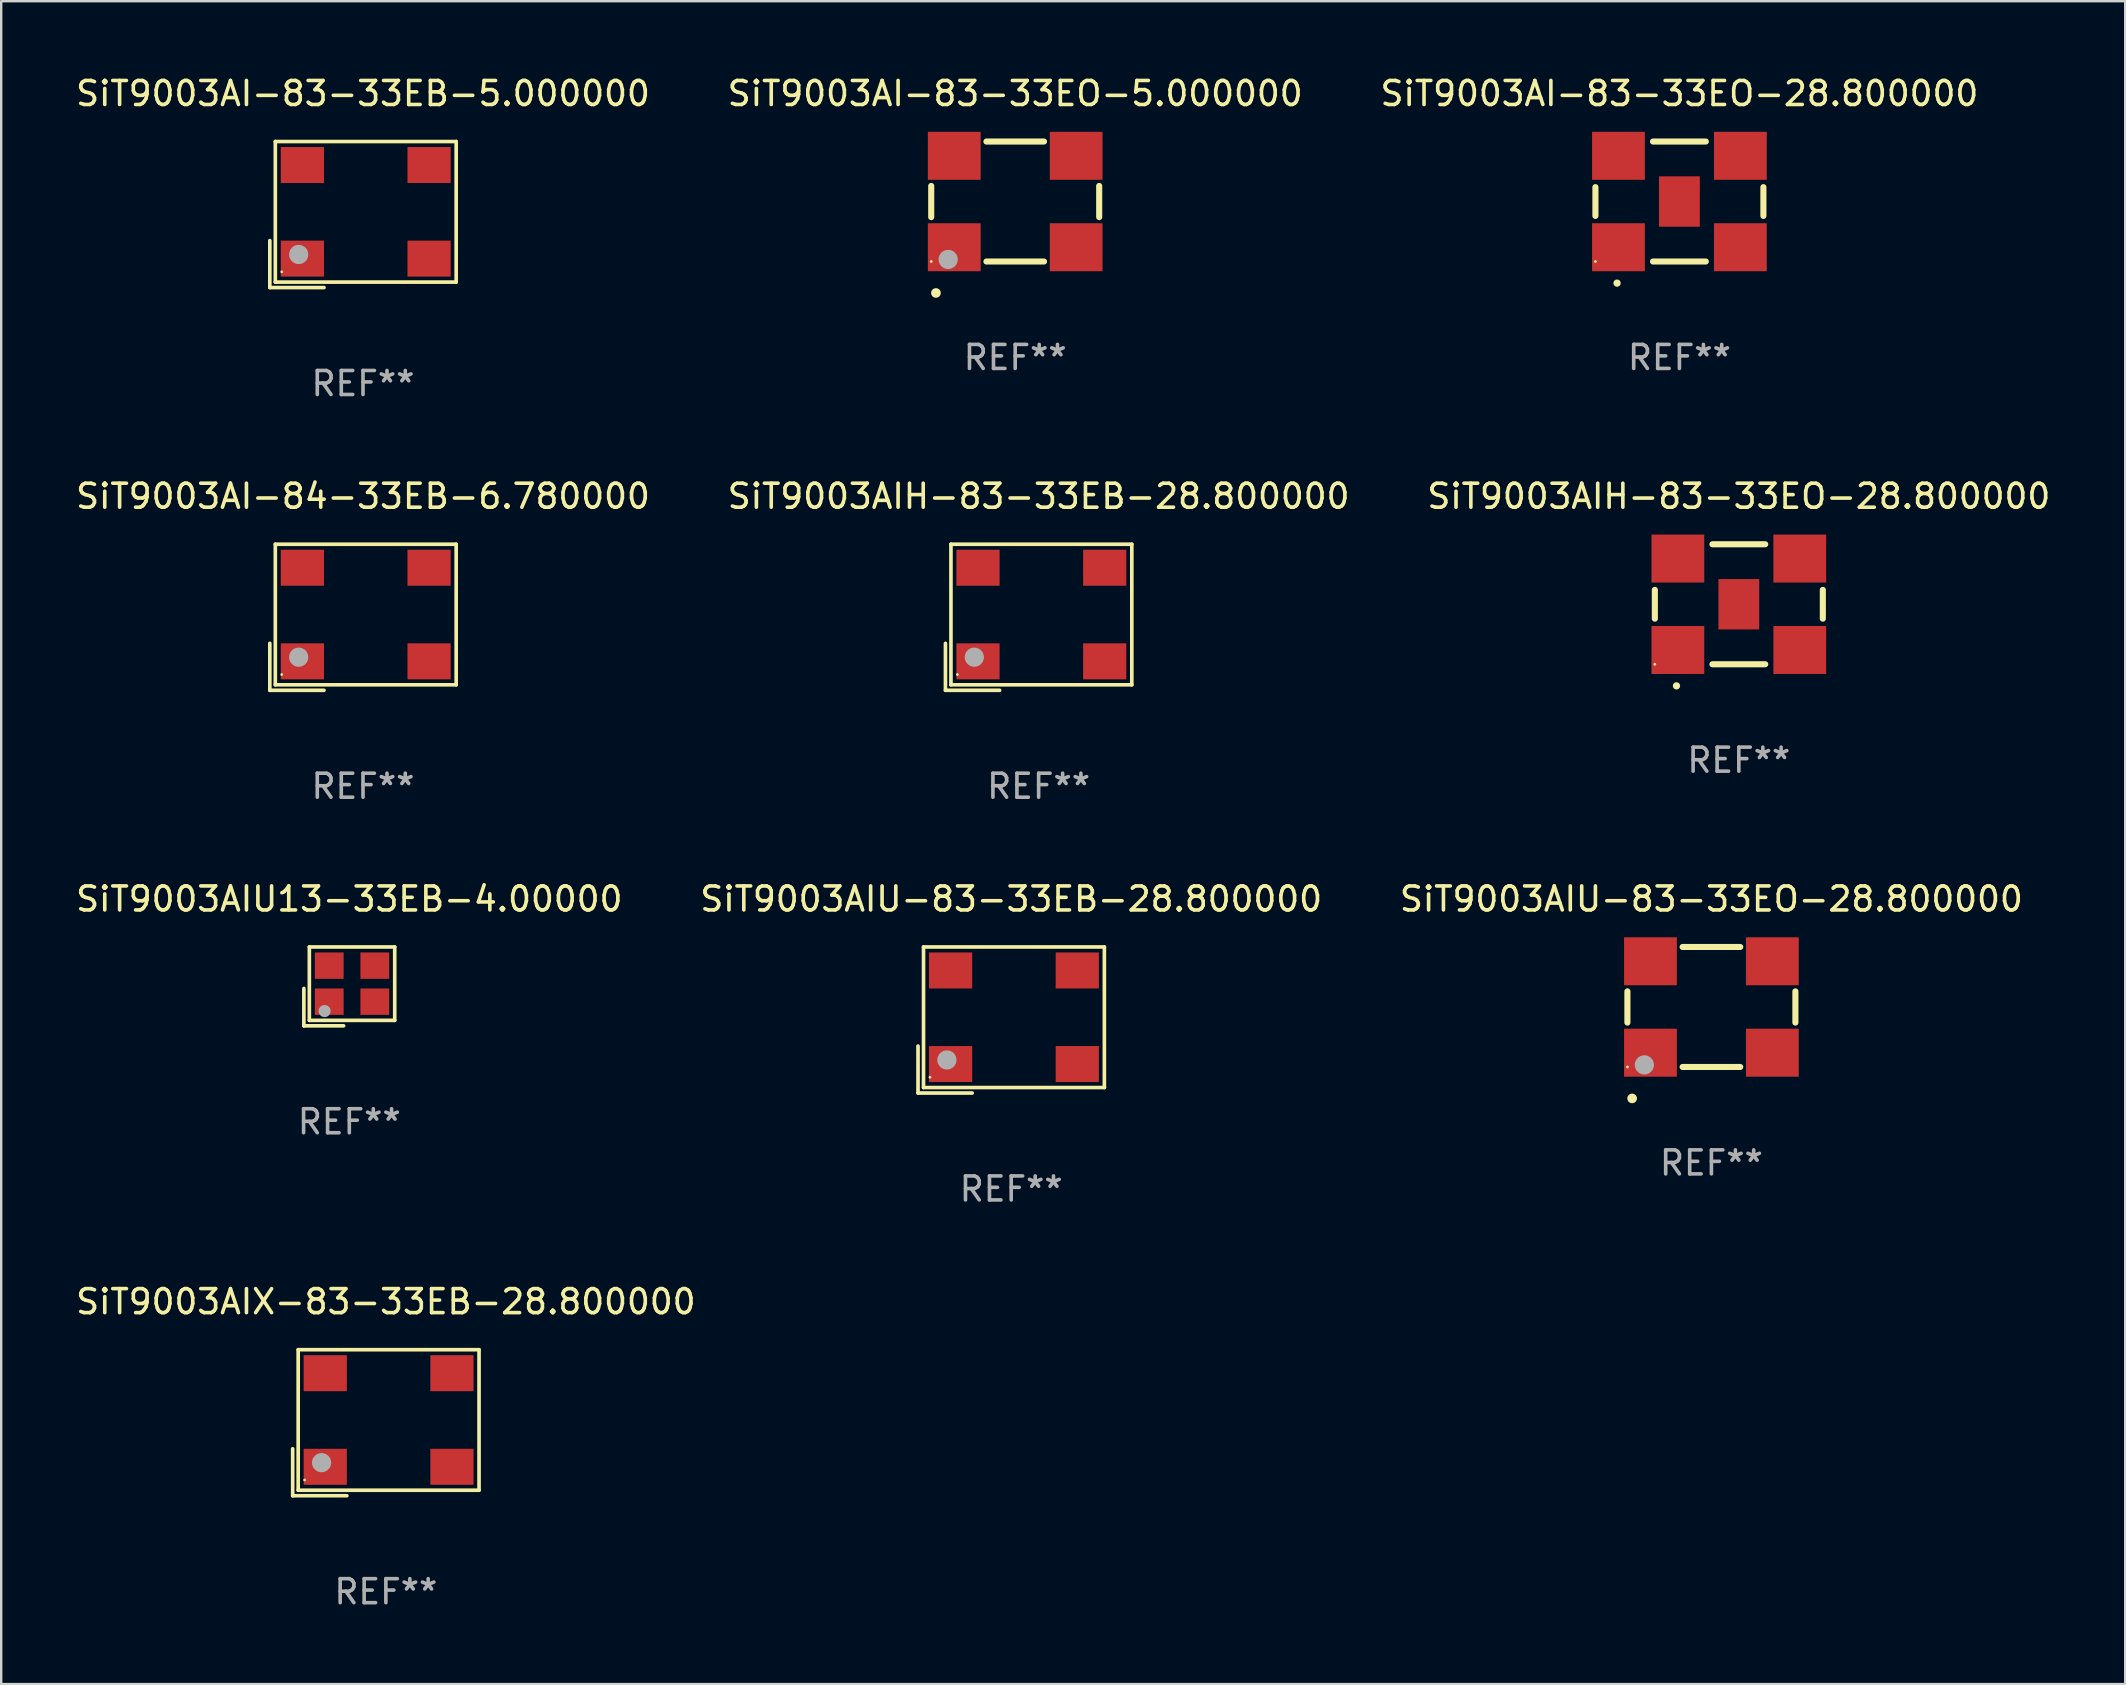
<source format=kicad_pcb>
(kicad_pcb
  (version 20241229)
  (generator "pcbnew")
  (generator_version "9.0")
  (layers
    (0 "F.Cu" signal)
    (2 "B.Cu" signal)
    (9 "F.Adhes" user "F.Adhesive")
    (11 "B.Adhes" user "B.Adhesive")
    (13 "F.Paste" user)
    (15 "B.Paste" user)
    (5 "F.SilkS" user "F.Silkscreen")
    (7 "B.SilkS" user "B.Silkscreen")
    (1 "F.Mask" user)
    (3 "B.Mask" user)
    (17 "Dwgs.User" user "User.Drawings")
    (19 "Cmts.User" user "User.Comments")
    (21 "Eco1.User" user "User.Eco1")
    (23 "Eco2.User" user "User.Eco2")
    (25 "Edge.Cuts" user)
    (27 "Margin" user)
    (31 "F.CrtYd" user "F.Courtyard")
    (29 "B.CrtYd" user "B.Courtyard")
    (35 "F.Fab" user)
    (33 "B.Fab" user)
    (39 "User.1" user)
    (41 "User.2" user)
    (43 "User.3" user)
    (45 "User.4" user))
  (footprint "SiT9003AIU13-33EB-4.00000"
    (layer "F.Cu")
    (at 11.506 38.056)
    (property "Reference" "SiT9003AIU13-33EB-4.00000" (at 0 -3.643 0) (layer "F.SilkS") (effects (font (size 1 1) (thickness 0.15))))
    (attr through_hole)
    (fp_line (start -1.893 0.086) (end -1.893 1.643) (stroke (width 0.152) (type solid)) (layer "F.SilkS"))
    (fp_line (start -1.893 1.643) (end -0.237 1.643) (stroke (width 0.152) (type solid)) (layer "F.SilkS"))
    (fp_line (start -1.665 -1.643) (end 1.893 -1.643) (stroke (width 0.152) (type solid)) (layer "F.SilkS"))
    (fp_line (start -1.665 1.414) (end -1.665 -1.643) (stroke (width 0.152) (type solid)) (layer "F.SilkS"))
    (fp_line (start 1.893 -1.643) (end 1.893 1.414) (stroke (width 0.152) (type solid)) (layer "F.SilkS"))
    (fp_line (start 1.893 1.414) (end -1.665 1.414) (stroke (width 0.152) (type solid)) (layer "F.SilkS"))
    (fp_circle (center -1.136 0.885) (end -1.106 0.885) (stroke (width 0.06) (type solid)) (fill no) (layer "F.SilkS"))
    (fp_circle (center -1.029 1.028) (end -0.902 1.028) (stroke (width 0.254) (type solid)) (fill no) (layer "F.Fab"))
    (fp_text user "REF**" (at 0 5.643 0) (layer "F.Fab") (effects (font (size 1 1) (thickness 0.15))))
    (pad "1" smd rect (at -0.836 0.636) (size 1.2 1.1) (layers "F.Cu" "F.Mask" "F.Paste"))
    (pad "2" smd rect (at 1.064 0.636) (size 1.2 1.1) (layers "F.Cu" "F.Mask" "F.Paste"))
    (pad "3" smd rect (at 1.064 -0.865) (size 1.2 1.1) (layers "F.Cu" "F.Mask" "F.Paste"))
    (pad "4" smd rect (at -0.836 -0.865) (size 1.2 1.1) (layers "F.Cu" "F.Mask" "F.Paste")))
  (footprint "SiT9003AI-83-33EO-5.000000"
    (layer "F.Cu")
    (at 39.256 5.348)
    (property "Reference" "SiT9003AI-83-33EO-5.000000" (at 0 -4.5 0) (layer "F.SilkS") (effects (font (size 1 1) (thickness 0.15))))
    (attr through_hole)
    (fp_line (start -3.5 0.65) (end -3.5 -0.65) (stroke (width 0.254) (type solid)) (layer "F.SilkS"))
    (fp_line (start 1.2 -2.5) (end -1.2 -2.5) (stroke (width 0.254) (type solid)) (layer "F.SilkS"))
    (fp_line (start 1.2 2.5) (end -1.2 2.5) (stroke (width 0.254) (type solid)) (layer "F.SilkS"))
    (fp_line (start 3.5 0.65) (end 3.5 -0.65) (stroke (width 0.254) (type solid)) (layer "F.SilkS"))
    (fp_arc (start -3.304547 3.81016) (mid -3.303277 3.810156) (end -3.302007 3.81016) (stroke (width 0.4) (type solid)) (layer "F.SilkS"))
    (fp_circle (center -3.5 2.5) (end -3.47 2.5) (stroke (width 0.06) (type solid)) (fill no) (layer "F.SilkS"))
    (fp_circle (center -2.794 2.413) (end -2.594 2.413) (stroke (width 0.4) (type solid)) (fill no) (layer "F.Fab"))
    (fp_text user "REF**" (at 0 6.5 0) (layer "F.Fab") (effects (font (size 1 1) (thickness 0.15))))
    (pad "1" smd rect (at -2.54 1.905 180) (size 2.2 2) (layers "F.Cu" "F.Mask" "F.Paste"))
    (pad "2" smd rect (at 2.54 1.905 180) (size 2.2 2) (layers "F.Cu" "F.Mask" "F.Paste"))
    (pad "3" smd rect (at 2.54 -1.905 180) (size 2.2 2) (layers "F.Cu" "F.Mask" "F.Paste"))
    (pad "4" smd rect (at -2.54 -1.905 180) (size 2.2 2) (layers "F.Cu" "F.Mask" "F.Paste")))
  (footprint "SiT9003AIU-83-33EB-28.800000"
    (layer "F.Cu")
    (at 39.089 39.456)
    (property "Reference" "SiT9003AIU-83-33EB-28.800000" (at 0 -5.043 0) (layer "F.SilkS") (effects (font (size 1 1) (thickness 0.15))))
    (attr through_hole)
    (fp_line (start -3.883 1.086) (end -3.883 3.043) (stroke (width 0.152) (type solid)) (layer "F.SilkS"))
    (fp_line (start -3.883 3.043) (end -1.626 3.043) (stroke (width 0.152) (type solid)) (layer "F.SilkS"))
    (fp_line (start -3.654 -3.043) (end 3.883 -3.043) (stroke (width 0.152) (type solid)) (layer "F.SilkS"))
    (fp_line (start -3.654 2.814) (end -3.654 -3.043) (stroke (width 0.152) (type solid)) (layer "F.SilkS"))
    (fp_line (start 3.883 -3.043) (end 3.883 2.814) (stroke (width 0.152) (type solid)) (layer "F.SilkS"))
    (fp_line (start 3.883 2.814) (end -3.654 2.814) (stroke (width 0.152) (type solid)) (layer "F.SilkS"))
    (fp_circle (center -3.386 2.386) (end -3.356 2.386) (stroke (width 0.06) (type solid)) (fill no) (layer "F.SilkS"))
    (fp_circle (center -2.68 1.664) (end -2.48 1.664) (stroke (width 0.4) (type solid)) (fill no) (layer "F.Fab"))
    (fp_text user "REF**" (at 0 7.043 0) (layer "F.Fab") (effects (font (size 1 1) (thickness 0.15))))
    (pad "1" smd rect (at -2.526 1.836) (size 1.8 1.5) (layers "F.Cu" "F.Mask" "F.Paste"))
    (pad "2" smd rect (at 2.754 1.836) (size 1.8 1.5) (layers "F.Cu" "F.Mask" "F.Paste"))
    (pad "3" smd rect (at 2.754 -2.064) (size 1.8 1.5) (layers "F.Cu" "F.Mask" "F.Paste"))
    (pad "4" smd rect (at -2.526 -2.064) (size 1.8 1.5) (layers "F.Cu" "F.Mask" "F.Paste")))
  (footprint "SiT9003AIX-83-33EB-28.800000"
    (layer "F.Cu")
    (at 13.03 56.238)
    (property "Reference" "SiT9003AIX-83-33EB-28.800000" (at 0 -5.043 0) (layer "F.SilkS") (effects (font (size 1 1) (thickness 0.15))))
    (attr through_hole)
    (fp_line (start -3.883 1.086) (end -3.883 3.043) (stroke (width 0.152) (type solid)) (layer "F.SilkS"))
    (fp_line (start -3.883 3.043) (end -1.626 3.043) (stroke (width 0.152) (type solid)) (layer "F.SilkS"))
    (fp_line (start -3.654 -3.043) (end 3.883 -3.043) (stroke (width 0.152) (type solid)) (layer "F.SilkS"))
    (fp_line (start -3.654 2.814) (end -3.654 -3.043) (stroke (width 0.152) (type solid)) (layer "F.SilkS"))
    (fp_line (start 3.883 -3.043) (end 3.883 2.814) (stroke (width 0.152) (type solid)) (layer "F.SilkS"))
    (fp_line (start 3.883 2.814) (end -3.654 2.814) (stroke (width 0.152) (type solid)) (layer "F.SilkS"))
    (fp_circle (center -3.386 2.386) (end -3.356 2.386) (stroke (width 0.06) (type solid)) (fill no) (layer "F.SilkS"))
    (fp_circle (center -2.68 1.664) (end -2.48 1.664) (stroke (width 0.4) (type solid)) (fill no) (layer "F.Fab"))
    (fp_text user "REF**" (at 0 7.043 0) (layer "F.Fab") (effects (font (size 1 1) (thickness 0.15))))
    (pad "1" smd rect (at -2.526 1.836) (size 1.8 1.5) (layers "F.Cu" "F.Mask" "F.Paste"))
    (pad "2" smd rect (at 2.754 1.836) (size 1.8 1.5) (layers "F.Cu" "F.Mask" "F.Paste"))
    (pad "3" smd rect (at 2.754 -2.064) (size 1.8 1.5) (layers "F.Cu" "F.Mask" "F.Paste"))
    (pad "4" smd rect (at -2.526 -2.064) (size 1.8 1.5) (layers "F.Cu" "F.Mask" "F.Paste")))
  (footprint "SiT9003AIH-83-33EB-28.800000"
    (layer "F.Cu")
    (at 40.232 22.673)
    (property "Reference" "SiT9003AIH-83-33EB-28.800000" (at 0 -5.043 0) (layer "F.SilkS") (effects (font (size 1 1) (thickness 0.15))))
    (attr through_hole)
    (fp_line (start -3.883 1.086) (end -3.883 3.043) (stroke (width 0.152) (type solid)) (layer "F.SilkS"))
    (fp_line (start -3.883 3.043) (end -1.626 3.043) (stroke (width 0.152) (type solid)) (layer "F.SilkS"))
    (fp_line (start -3.654 -3.043) (end 3.883 -3.043) (stroke (width 0.152) (type solid)) (layer "F.SilkS"))
    (fp_line (start -3.654 2.814) (end -3.654 -3.043) (stroke (width 0.152) (type solid)) (layer "F.SilkS"))
    (fp_line (start 3.883 -3.043) (end 3.883 2.814) (stroke (width 0.152) (type solid)) (layer "F.SilkS"))
    (fp_line (start 3.883 2.814) (end -3.654 2.814) (stroke (width 0.152) (type solid)) (layer "F.SilkS"))
    (fp_circle (center -3.386 2.386) (end -3.356 2.386) (stroke (width 0.06) (type solid)) (fill no) (layer "F.SilkS"))
    (fp_circle (center -2.68 1.664) (end -2.48 1.664) (stroke (width 0.4) (type solid)) (fill no) (layer "F.Fab"))
    (fp_text user "REF**" (at 0 7.043 0) (layer "F.Fab") (effects (font (size 1 1) (thickness 0.15))))
    (pad "1" smd rect (at -2.526 1.836) (size 1.8 1.5) (layers "F.Cu" "F.Mask" "F.Paste"))
    (pad "2" smd rect (at 2.754 1.836) (size 1.8 1.5) (layers "F.Cu" "F.Mask" "F.Paste"))
    (pad "3" smd rect (at 2.754 -2.064) (size 1.8 1.5) (layers "F.Cu" "F.Mask" "F.Paste"))
    (pad "4" smd rect (at -2.526 -2.064) (size 1.8 1.5) (layers "F.Cu" "F.Mask" "F.Paste")))
  (footprint "SiT9003AI-83-33EO-28.800000"
    (layer "F.Cu")
    (at 66.935 5.348)
    (property "Reference" "SiT9003AI-83-33EO-28.800000" (at 0 -4.5 0) (layer "F.SilkS") (effects (font (size 1 1) (thickness 0.15))))
    (attr through_hole)
    (fp_line (start -3.5 -0.6) (end -3.5 0.6) (stroke (width 0.254) (type solid)) (layer "F.SilkS"))
    (fp_line (start -1.1 -2.5) (end 1.1 -2.5) (stroke (width 0.254) (type solid)) (layer "F.SilkS"))
    (fp_line (start -1.1 2.5) (end 1.1 2.5) (stroke (width 0.254) (type solid)) (layer "F.SilkS"))
    (fp_line (start 3.5 -0.6) (end 3.5 0.6) (stroke (width 0.254) (type solid)) (layer "F.SilkS"))
    (fp_arc (start -2.6 3.4) (mid -2.59873 3.399995) (end -2.59746 3.4) (stroke (width 0.3) (type solid)) (layer "F.SilkS"))
    (fp_circle (center -3.5 2.5) (end -3.47 2.5) (stroke (width 0.06) (type solid)) (fill no) (layer "F.SilkS"))
    (fp_text user "REF**" (at 0 6.5 0) (layer "F.Fab") (effects (font (size 1 1) (thickness 0.15))))
    (pad "1" smd rect (at -2.54 1.905) (size 2.2 2) (layers "F.Cu" "F.Mask" "F.Paste"))
    (pad "2" smd rect (at 2.54 1.905) (size 2.2 2) (layers "F.Cu" "F.Mask" "F.Paste"))
    (pad "3" smd rect (at 2.54 -1.905) (size 2.2 2) (layers "F.Cu" "F.Mask" "F.Paste"))
    (pad "4" smd rect (at -2.54 -1.905) (size 2.2 2) (layers "F.Cu" "F.Mask" "F.Paste"))
    (pad "5" smd rect (at 0 0.000127 180) (size 1.7 2.1) (layers "F.Cu" "F.Mask" "F.Paste")))
  (footprint "SiT9003AIU-83-33EO-28.800000"
    (layer "F.Cu")
    (at 68.268 38.913)
    (property "Reference" "SiT9003AIU-83-33EO-28.800000" (at 0 -4.5 0) (layer "F.SilkS") (effects (font (size 1 1) (thickness 0.15))))
    (attr through_hole)
    (fp_line (start -3.5 0.65) (end -3.5 -0.65) (stroke (width 0.254) (type solid)) (layer "F.SilkS"))
    (fp_line (start 1.2 -2.5) (end -1.2 -2.5) (stroke (width 0.254) (type solid)) (layer "F.SilkS"))
    (fp_line (start 1.2 2.5) (end -1.2 2.5) (stroke (width 0.254) (type solid)) (layer "F.SilkS"))
    (fp_line (start 3.5 0.65) (end 3.5 -0.65) (stroke (width 0.254) (type solid)) (layer "F.SilkS"))
    (fp_arc (start -3.304547 3.81016) (mid -3.303277 3.810156) (end -3.302007 3.81016) (stroke (width 0.4) (type solid)) (layer "F.SilkS"))
    (fp_circle (center -3.5 2.5) (end -3.47 2.5) (stroke (width 0.06) (type solid)) (fill no) (layer "F.SilkS"))
    (fp_circle (center -2.794 2.413) (end -2.594 2.413) (stroke (width 0.4) (type solid)) (fill no) (layer "F.Fab"))
    (fp_text user "REF**" (at 0 6.5 0) (layer "F.Fab") (effects (font (size 1 1) (thickness 0.15))))
    (pad "1" smd rect (at -2.54 1.905 180) (size 2.2 2) (layers "F.Cu" "F.Mask" "F.Paste"))
    (pad "2" smd rect (at 2.54 1.905 180) (size 2.2 2) (layers "F.Cu" "F.Mask" "F.Paste"))
    (pad "3" smd rect (at 2.54 -1.905 180) (size 2.2 2) (layers "F.Cu" "F.Mask" "F.Paste"))
    (pad "4" smd rect (at -2.54 -1.905 180) (size 2.2 2) (layers "F.Cu" "F.Mask" "F.Paste")))
  (footprint "SiT9003AI-83-33EB-5.000000"
    (layer "F.Cu")
    (at 12.077 5.891)
    (property "Reference" "SiT9003AI-83-33EB-5.000000" (at 0 -5.043 0) (layer "F.SilkS") (effects (font (size 1 1) (thickness 0.15))))
    (attr through_hole)
    (fp_line (start -3.883 1.086) (end -3.883 3.043) (stroke (width 0.152) (type solid)) (layer "F.SilkS"))
    (fp_line (start -3.883 3.043) (end -1.626 3.043) (stroke (width 0.152) (type solid)) (layer "F.SilkS"))
    (fp_line (start -3.654 -3.043) (end 3.883 -3.043) (stroke (width 0.152) (type solid)) (layer "F.SilkS"))
    (fp_line (start -3.654 2.814) (end -3.654 -3.043) (stroke (width 0.152) (type solid)) (layer "F.SilkS"))
    (fp_line (start 3.883 -3.043) (end 3.883 2.814) (stroke (width 0.152) (type solid)) (layer "F.SilkS"))
    (fp_line (start 3.883 2.814) (end -3.654 2.814) (stroke (width 0.152) (type solid)) (layer "F.SilkS"))
    (fp_circle (center -3.386 2.386) (end -3.356 2.386) (stroke (width 0.06) (type solid)) (fill no) (layer "F.SilkS"))
    (fp_circle (center -2.68 1.664) (end -2.48 1.664) (stroke (width 0.4) (type solid)) (fill no) (layer "F.Fab"))
    (fp_text user "REF**" (at 0 7.043 0) (layer "F.Fab") (effects (font (size 1 1) (thickness 0.15))))
    (pad "1" smd rect (at -2.526 1.836) (size 1.8 1.5) (layers "F.Cu" "F.Mask" "F.Paste"))
    (pad "2" smd rect (at 2.754 1.836) (size 1.8 1.5) (layers "F.Cu" "F.Mask" "F.Paste"))
    (pad "3" smd rect (at 2.754 -2.064) (size 1.8 1.5) (layers "F.Cu" "F.Mask" "F.Paste"))
    (pad "4" smd rect (at -2.526 -2.064) (size 1.8 1.5) (layers "F.Cu" "F.Mask" "F.Paste")))
  (footprint "SiT9003AI-84-33EB-6.780000"
    (layer "F.Cu")
    (at 12.077 22.673)
    (property "Reference" "SiT9003AI-84-33EB-6.780000" (at 0 -5.043 0) (layer "F.SilkS") (effects (font (size 1 1) (thickness 0.15))))
    (attr through_hole)
    (fp_line (start -3.883 1.086) (end -3.883 3.043) (stroke (width 0.152) (type solid)) (layer "F.SilkS"))
    (fp_line (start -3.883 3.043) (end -1.626 3.043) (stroke (width 0.152) (type solid)) (layer "F.SilkS"))
    (fp_line (start -3.654 -3.043) (end 3.883 -3.043) (stroke (width 0.152) (type solid)) (layer "F.SilkS"))
    (fp_line (start -3.654 2.814) (end -3.654 -3.043) (stroke (width 0.152) (type solid)) (layer "F.SilkS"))
    (fp_line (start 3.883 -3.043) (end 3.883 2.814) (stroke (width 0.152) (type solid)) (layer "F.SilkS"))
    (fp_line (start 3.883 2.814) (end -3.654 2.814) (stroke (width 0.152) (type solid)) (layer "F.SilkS"))
    (fp_circle (center -3.386 2.386) (end -3.356 2.386) (stroke (width 0.06) (type solid)) (fill no) (layer "F.SilkS"))
    (fp_circle (center -2.68 1.664) (end -2.48 1.664) (stroke (width 0.4) (type solid)) (fill no) (layer "F.Fab"))
    (fp_text user "REF**" (at 0 7.043 0) (layer "F.Fab") (effects (font (size 1 1) (thickness 0.15))))
    (pad "1" smd rect (at -2.526 1.836) (size 1.8 1.5) (layers "F.Cu" "F.Mask" "F.Paste"))
    (pad "2" smd rect (at 2.754 1.836) (size 1.8 1.5) (layers "F.Cu" "F.Mask" "F.Paste"))
    (pad "3" smd rect (at 2.754 -2.064) (size 1.8 1.5) (layers "F.Cu" "F.Mask" "F.Paste"))
    (pad "4" smd rect (at -2.526 -2.064) (size 1.8 1.5) (layers "F.Cu" "F.Mask" "F.Paste")))
  (footprint "SiT9003AIH-83-33EO-28.800000"
    (layer "F.Cu")
    (at 69.411 22.131)
    (property "Reference" "SiT9003AIH-83-33EO-28.800000" (at 0 -4.5 0) (layer "F.SilkS") (effects (font (size 1 1) (thickness 0.15))))
    (attr through_hole)
    (fp_line (start -3.5 -0.6) (end -3.5 0.6) (stroke (width 0.254) (type solid)) (layer "F.SilkS"))
    (fp_line (start -1.1 -2.5) (end 1.1 -2.5) (stroke (width 0.254) (type solid)) (layer "F.SilkS"))
    (fp_line (start -1.1 2.5) (end 1.1 2.5) (stroke (width 0.254) (type solid)) (layer "F.SilkS"))
    (fp_line (start 3.5 -0.6) (end 3.5 0.6) (stroke (width 0.254) (type solid)) (layer "F.SilkS"))
    (fp_arc (start -2.6 3.4) (mid -2.59873 3.399995) (end -2.59746 3.4) (stroke (width 0.3) (type solid)) (layer "F.SilkS"))
    (fp_circle (center -3.5 2.5) (end -3.47 2.5) (stroke (width 0.06) (type solid)) (fill no) (layer "F.SilkS"))
    (fp_text user "REF**" (at 0 6.5 0) (layer "F.Fab") (effects (font (size 1 1) (thickness 0.15))))
    (pad "1" smd rect (at -2.54 1.905) (size 2.2 2) (layers "F.Cu" "F.Mask" "F.Paste"))
    (pad "2" smd rect (at 2.54 1.905) (size 2.2 2) (layers "F.Cu" "F.Mask" "F.Paste"))
    (pad "3" smd rect (at 2.54 -1.905) (size 2.2 2) (layers "F.Cu" "F.Mask" "F.Paste"))
    (pad "4" smd rect (at -2.54 -1.905) (size 2.2 2) (layers "F.Cu" "F.Mask" "F.Paste"))
    (pad "5" smd rect (at 0 0.000127 180) (size 1.7 2.1) (layers "F.Cu" "F.Mask" "F.Paste")))
  (gr_rect
    (start -3 -3)
    (end 85.512 67.129)
    (stroke (width 0.1) (type default))
    (fill no)
    (layer "Edge.Cuts")))
</source>
